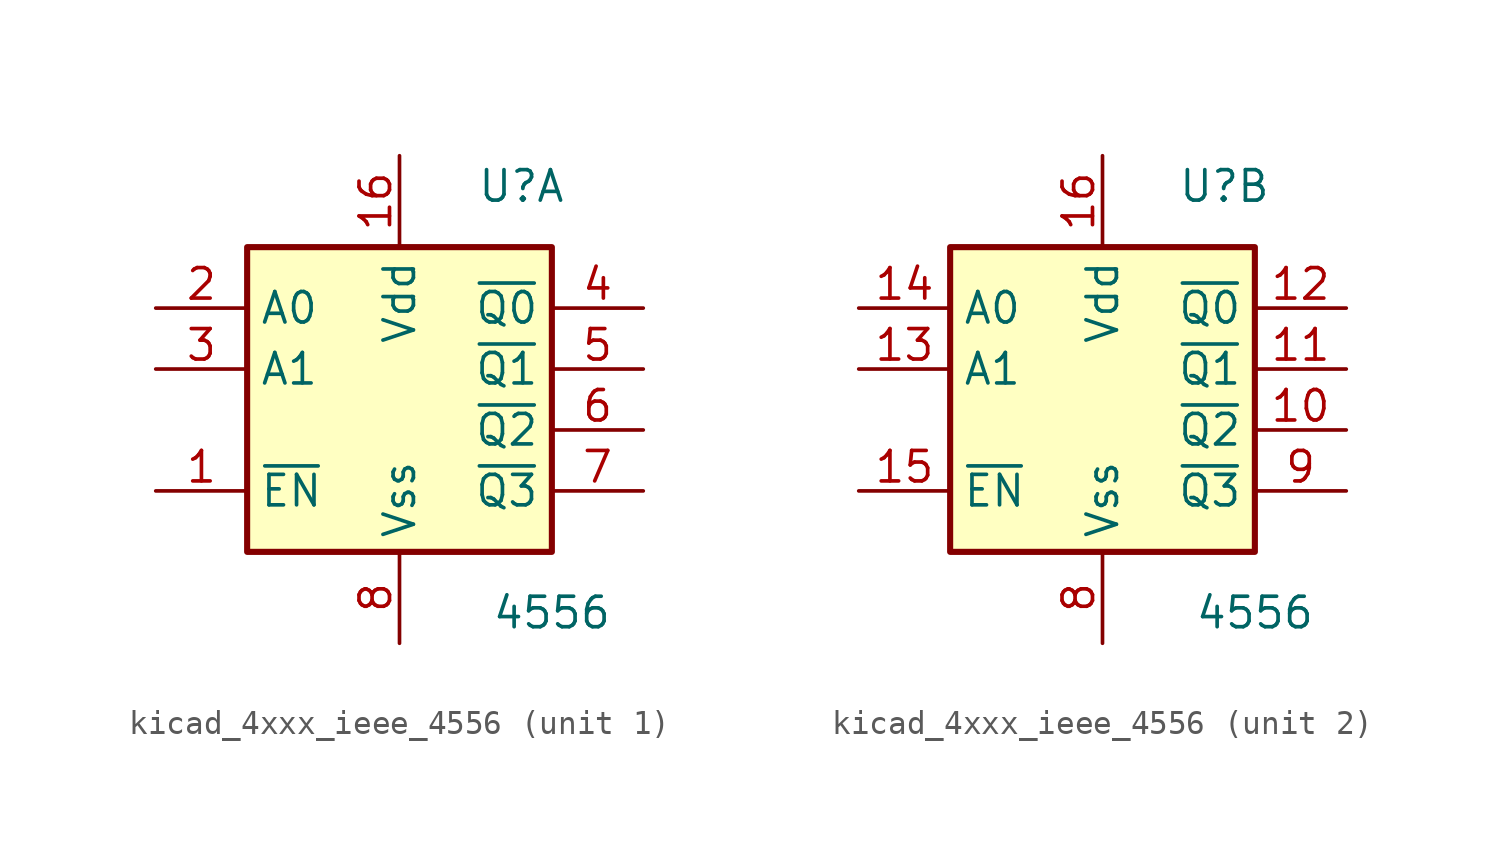
<source format=kicad_sym>
(kicad_symbol_lib
  (version 20220914)
  (generator kicad_symbol_editor)
  (symbol "kicad_4xxx_ieee_4556"
    (property "Reference" "U"
      (at 5.08 8.89 0)
      (effects (font (size 1.27 1.27))))
    (property "Value" "4556"
      (at 6.35 -8.89 0)
      (effects (font (size 1.27 1.27))))
    (symbol "kicad_4xxx_ieee_4556_0_1"
      (rectangle (start -6.35 6.35) (end 6.35 -6.35) (stroke (width 0.254) (type default)) (fill (type background)))
      (pin power_in line (at 0 10.16 270) (length 3.81) (name "Vdd" (effects (font (size 1.27 1.27)))) (number "16" (effects (font (size 1.27 1.27)))))
      (pin power_in line (at 0 -10.16 90) (length 3.81) (name "Vss" (effects (font (size 1.27 1.27)))) (number "8" (effects (font (size 1.27 1.27))))))
    (symbol "kicad_4xxx_ieee_4556_1_1"
      (pin input line (at -10.16 -3.81 0) (length 3.81) (name "~{EN}" (effects (font (size 1.27 1.27)))) (number "1" (effects (font (size 1.27 1.27)))))
      (pin input line (at -10.16 3.81 0) (length 3.81) (name "A0" (effects (font (size 1.27 1.27)))) (number "2" (effects (font (size 1.27 1.27)))))
      (pin input line (at -10.16 1.27 0) (length 3.81) (name "A1" (effects (font (size 1.27 1.27)))) (number "3" (effects (font (size 1.27 1.27)))))
      (pin output line (at 10.16 3.81 180) (length 3.81) (name "~{Q0}" (effects (font (size 1.27 1.27)))) (number "4" (effects (font (size 1.27 1.27)))))
      (pin output line (at 10.16 1.27 180) (length 3.81) (name "~{Q1}" (effects (font (size 1.27 1.27)))) (number "5" (effects (font (size 1.27 1.27)))))
      (pin output line (at 10.16 -1.27 180) (length 3.81) (name "~{Q2}" (effects (font (size 1.27 1.27)))) (number "6" (effects (font (size 1.27 1.27)))))
      (pin output line (at 10.16 -3.81 180) (length 3.81) (name "~{Q3}" (effects (font (size 1.27 1.27)))) (number "7" (effects (font (size 1.27 1.27))))))
    (symbol "kicad_4xxx_ieee_4556_2_1"
      (pin output line (at 10.16 -1.27 180) (length 3.81) (name "~{Q2}" (effects (font (size 1.27 1.27)))) (number "10" (effects (font (size 1.27 1.27)))))
      (pin output line (at 10.16 1.27 180) (length 3.81) (name "~{Q1}" (effects (font (size 1.27 1.27)))) (number "11" (effects (font (size 1.27 1.27)))))
      (pin output line (at 10.16 3.81 180) (length 3.81) (name "~{Q0}" (effects (font (size 1.27 1.27)))) (number "12" (effects (font (size 1.27 1.27)))))
      (pin input line (at -10.16 1.27 0) (length 3.81) (name "A1" (effects (font (size 1.27 1.27)))) (number "13" (effects (font (size 1.27 1.27)))))
      (pin input line (at -10.16 3.81 0) (length 3.81) (name "A0" (effects (font (size 1.27 1.27)))) (number "14" (effects (font (size 1.27 1.27)))))
      (pin input line (at -10.16 -3.81 0) (length 3.81) (name "~{EN}" (effects (font (size 1.27 1.27)))) (number "15" (effects (font (size 1.27 1.27)))))
      (pin output line (at 10.16 -3.81 180) (length 3.81) (name "~{Q3}" (effects (font (size 1.27 1.27)))) (number "9" (effects (font (size 1.27 1.27))))))))
</source>
